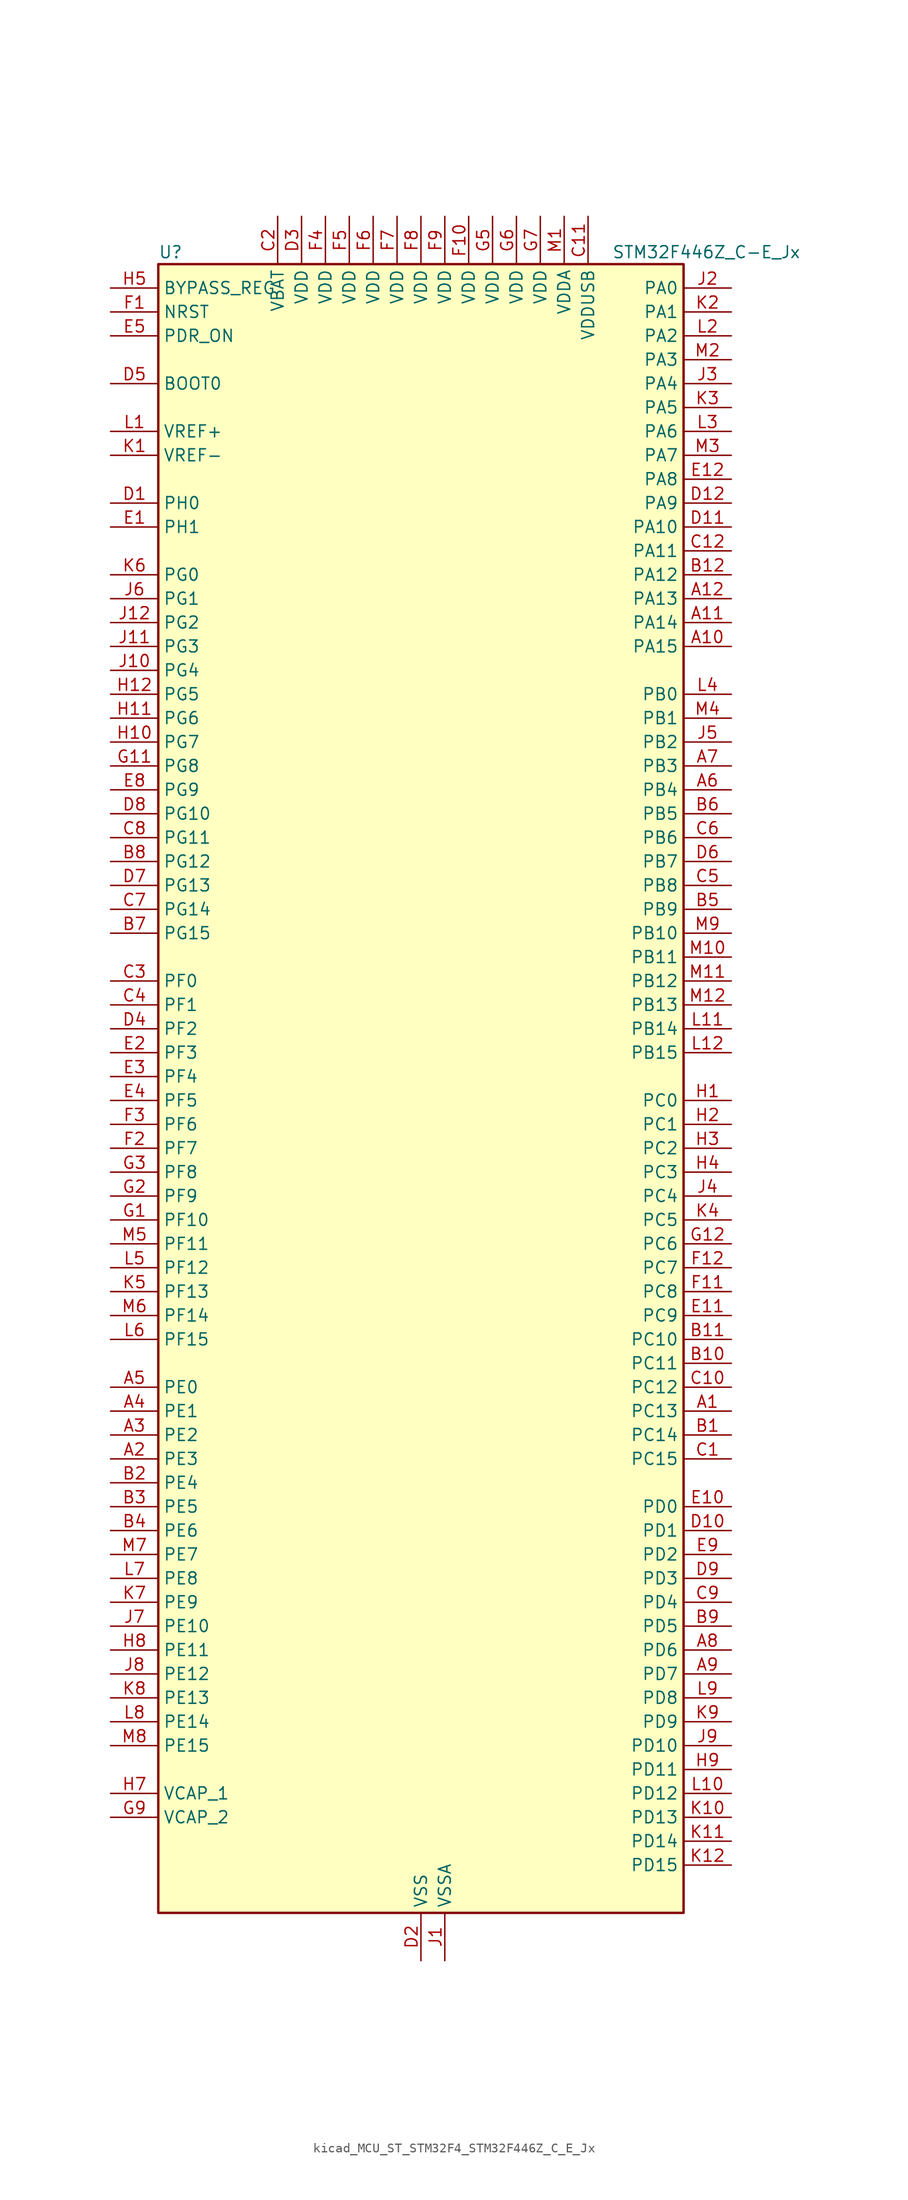
<source format=kicad_sym>
(kicad_symbol_lib
  (version 20220914)
  (generator kicad_symbol_editor)
  (symbol "kicad_MCU_ST_STM32F4_STM32F446Z_C_E_Jx"
    (property "Reference" "U"
      (at -27.94 90.17 0)
      (effects (font (size 1.27 1.27)) (justify left)))
    (property "Value" "STM32F446Z_C-E_Jx"
      (at 20.32 90.17 0)
      (effects (font (size 1.27 1.27)) (justify left)))
    (property "ki_locked" ""
      (at 0 0 0)
      (effects (font (size 1.27 1.27))))
    (symbol "kicad_MCU_ST_STM32F4_STM32F446Z_C_E_Jx_0_1"
      (rectangle (start -27.94 -86.36) (end 27.94 88.9) (stroke (width 0.254) (type default)) (fill (type background))))
    (symbol "kicad_MCU_ST_STM32F4_STM32F446Z_C_E_Jx_1_1"
      (pin bidirectional line (at 33.02 -33.02 180) (length 5.08) (name "PC13" (effects (font (size 1.27 1.27)))) (number "A1" (effects (font (size 1.27 1.27)))) (alternate "RTC_AF1" bidirectional line) (alternate "SYS_WKUP1" bidirectional line))
      (pin bidirectional line (at 33.02 48.26 180) (length 5.08) (name "PA15" (effects (font (size 1.27 1.27)))) (number "A10" (effects (font (size 1.27 1.27)))) (alternate "ADC1_EXTI15" bidirectional line) (alternate "ADC2_EXTI15" bidirectional line) (alternate "ADC3_EXTI15" bidirectional line) (alternate "CEC" bidirectional line) (alternate "I2S1_WS" bidirectional line) (alternate "I2S3_WS" bidirectional line) (alternate "SPI1_NSS" bidirectional line) (alternate "SPI3_NSS" bidirectional line) (alternate "SYS_JTDI" bidirectional line) (alternate "TIM2_CH1" bidirectional line) (alternate "TIM2_ETR" bidirectional line) (alternate "UART4_RTS" bidirectional line))
      (pin bidirectional line (at 33.02 50.8 180) (length 5.08) (name "PA14" (effects (font (size 1.27 1.27)))) (number "A11" (effects (font (size 1.27 1.27)))) (alternate "SYS_JTCK-SWCLK" bidirectional line))
      (pin bidirectional line (at 33.02 53.34 180) (length 5.08) (name "PA13" (effects (font (size 1.27 1.27)))) (number "A12" (effects (font (size 1.27 1.27)))) (alternate "SYS_JTMS-SWDIO" bidirectional line))
      (pin bidirectional line (at -33.02 -38.1 0) (length 5.08) (name "PE3" (effects (font (size 1.27 1.27)))) (number "A2" (effects (font (size 1.27 1.27)))) (alternate "FMC_A19" bidirectional line) (alternate "SAI1_SD_B" bidirectional line) (alternate "SYS_TRACED0" bidirectional line))
      (pin bidirectional line (at -33.02 -35.56 0) (length 5.08) (name "PE2" (effects (font (size 1.27 1.27)))) (number "A3" (effects (font (size 1.27 1.27)))) (alternate "FMC_A23" bidirectional line) (alternate "QUADSPI_BK1_IO2" bidirectional line) (alternate "SAI1_MCLK_A" bidirectional line) (alternate "SPI4_SCK" bidirectional line) (alternate "SYS_TRACECLK" bidirectional line))
      (pin bidirectional line (at -33.02 -33.02 0) (length 5.08) (name "PE1" (effects (font (size 1.27 1.27)))) (number "A4" (effects (font (size 1.27 1.27)))) (alternate "DCMI_D3" bidirectional line) (alternate "FMC_NBL1" bidirectional line))
      (pin bidirectional line (at -33.02 -30.48 0) (length 5.08) (name "PE0" (effects (font (size 1.27 1.27)))) (number "A5" (effects (font (size 1.27 1.27)))) (alternate "DCMI_D2" bidirectional line) (alternate "FMC_NBL0" bidirectional line) (alternate "SAI2_MCLK_A" bidirectional line) (alternate "TIM4_ETR" bidirectional line))
      (pin bidirectional line (at 33.02 33.02 180) (length 5.08) (name "PB4" (effects (font (size 1.27 1.27)))) (number "A6" (effects (font (size 1.27 1.27)))) (alternate "I2C3_SDA" bidirectional line) (alternate "I2S2_WS" bidirectional line) (alternate "SPI1_MISO" bidirectional line) (alternate "SPI2_NSS" bidirectional line) (alternate "SPI3_MISO" bidirectional line) (alternate "SYS_JTRST" bidirectional line) (alternate "TIM3_CH1" bidirectional line))
      (pin bidirectional line (at 33.02 35.56 180) (length 5.08) (name "PB3" (effects (font (size 1.27 1.27)))) (number "A7" (effects (font (size 1.27 1.27)))) (alternate "I2C2_SDA" bidirectional line) (alternate "I2S1_CK" bidirectional line) (alternate "I2S3_CK" bidirectional line) (alternate "SPI1_SCK" bidirectional line) (alternate "SPI3_SCK" bidirectional line) (alternate "SYS_JTDO-SWO" bidirectional line) (alternate "TIM2_CH2" bidirectional line))
      (pin bidirectional line (at 33.02 -58.42 180) (length 5.08) (name "PD6" (effects (font (size 1.27 1.27)))) (number "A8" (effects (font (size 1.27 1.27)))) (alternate "DCMI_D10" bidirectional line) (alternate "FMC_NWAIT" bidirectional line) (alternate "I2S3_SD" bidirectional line) (alternate "SAI1_SD_A" bidirectional line) (alternate "SPI3_MOSI" bidirectional line) (alternate "USART2_RX" bidirectional line))
      (pin bidirectional line (at 33.02 -60.96 180) (length 5.08) (name "PD7" (effects (font (size 1.27 1.27)))) (number "A9" (effects (font (size 1.27 1.27)))) (alternate "FMC_NE1" bidirectional line) (alternate "SPDIFRX_IN0" bidirectional line) (alternate "USART2_CK" bidirectional line))
      (pin bidirectional line (at 33.02 -35.56 180) (length 5.08) (name "PC14" (effects (font (size 1.27 1.27)))) (number "B1" (effects (font (size 1.27 1.27)))) (alternate "RCC_OSC32_IN" bidirectional line))
      (pin bidirectional line (at 33.02 -27.94 180) (length 5.08) (name "PC11" (effects (font (size 1.27 1.27)))) (number "B10" (effects (font (size 1.27 1.27)))) (alternate "ADC1_EXTI11" bidirectional line) (alternate "ADC2_EXTI11" bidirectional line) (alternate "ADC3_EXTI11" bidirectional line) (alternate "DCMI_D4" bidirectional line) (alternate "QUADSPI_BK2_NCS" bidirectional line) (alternate "SDIO_D3" bidirectional line) (alternate "SPI3_MISO" bidirectional line) (alternate "UART4_RX" bidirectional line) (alternate "USART3_RX" bidirectional line))
      (pin bidirectional line (at 33.02 -25.4 180) (length 5.08) (name "PC10" (effects (font (size 1.27 1.27)))) (number "B11" (effects (font (size 1.27 1.27)))) (alternate "DCMI_D8" bidirectional line) (alternate "I2S3_CK" bidirectional line) (alternate "QUADSPI_BK1_IO1" bidirectional line) (alternate "SDIO_D2" bidirectional line) (alternate "SPI3_SCK" bidirectional line) (alternate "UART4_TX" bidirectional line) (alternate "USART3_TX" bidirectional line))
      (pin bidirectional line (at 33.02 55.88 180) (length 5.08) (name "PA12" (effects (font (size 1.27 1.27)))) (number "B12" (effects (font (size 1.27 1.27)))) (alternate "CAN1_TX" bidirectional line) (alternate "SAI2_FS_B" bidirectional line) (alternate "TIM1_ETR" bidirectional line) (alternate "USART1_RTS" bidirectional line) (alternate "USB_OTG_FS_DP" bidirectional line))
      (pin bidirectional line (at -33.02 -40.64 0) (length 5.08) (name "PE4" (effects (font (size 1.27 1.27)))) (number "B2" (effects (font (size 1.27 1.27)))) (alternate "DCMI_D4" bidirectional line) (alternate "FMC_A20" bidirectional line) (alternate "SAI1_FS_A" bidirectional line) (alternate "SPI4_NSS" bidirectional line) (alternate "SYS_TRACED1" bidirectional line))
      (pin bidirectional line (at -33.02 -43.18 0) (length 5.08) (name "PE5" (effects (font (size 1.27 1.27)))) (number "B3" (effects (font (size 1.27 1.27)))) (alternate "DCMI_D6" bidirectional line) (alternate "FMC_A21" bidirectional line) (alternate "SAI1_SCK_A" bidirectional line) (alternate "SPI4_MISO" bidirectional line) (alternate "SYS_TRACED2" bidirectional line) (alternate "TIM9_CH1" bidirectional line))
      (pin bidirectional line (at -33.02 -45.72 0) (length 5.08) (name "PE6" (effects (font (size 1.27 1.27)))) (number "B4" (effects (font (size 1.27 1.27)))) (alternate "DCMI_D7" bidirectional line) (alternate "FMC_A22" bidirectional line) (alternate "SAI1_SD_A" bidirectional line) (alternate "SPI4_MOSI" bidirectional line) (alternate "SYS_TRACED3" bidirectional line) (alternate "TIM9_CH2" bidirectional line))
      (pin bidirectional line (at 33.02 20.32 180) (length 5.08) (name "PB9" (effects (font (size 1.27 1.27)))) (number "B5" (effects (font (size 1.27 1.27)))) (alternate "CAN1_TX" bidirectional line) (alternate "DAC_EXTI9" bidirectional line) (alternate "DCMI_D7" bidirectional line) (alternate "I2C1_SDA" bidirectional line) (alternate "I2S2_WS" bidirectional line) (alternate "SAI1_FS_B" bidirectional line) (alternate "SDIO_D5" bidirectional line) (alternate "SPI2_NSS" bidirectional line) (alternate "TIM11_CH1" bidirectional line) (alternate "TIM2_CH2" bidirectional line) (alternate "TIM4_CH4" bidirectional line))
      (pin bidirectional line (at 33.02 30.48 180) (length 5.08) (name "PB5" (effects (font (size 1.27 1.27)))) (number "B6" (effects (font (size 1.27 1.27)))) (alternate "CAN2_RX" bidirectional line) (alternate "DCMI_D10" bidirectional line) (alternate "FMC_SDCKE1" bidirectional line) (alternate "I2C1_SMBA" bidirectional line) (alternate "I2S1_SD" bidirectional line) (alternate "I2S3_SD" bidirectional line) (alternate "SPI1_MOSI" bidirectional line) (alternate "SPI3_MOSI" bidirectional line) (alternate "TIM3_CH2" bidirectional line) (alternate "USB_OTG_HS_ULPI_D7" bidirectional line))
      (pin bidirectional line (at -33.02 17.78 0) (length 5.08) (name "PG15" (effects (font (size 1.27 1.27)))) (number "B7" (effects (font (size 1.27 1.27)))) (alternate "ADC1_EXTI15" bidirectional line) (alternate "ADC2_EXTI15" bidirectional line) (alternate "ADC3_EXTI15" bidirectional line) (alternate "DCMI_D13" bidirectional line) (alternate "FMC_SDNCAS" bidirectional line) (alternate "USART6_CTS" bidirectional line))
      (pin bidirectional line (at -33.02 25.4 0) (length 5.08) (name "PG12" (effects (font (size 1.27 1.27)))) (number "B8" (effects (font (size 1.27 1.27)))) (alternate "FMC_NE4" bidirectional line) (alternate "SPDIFRX_IN1" bidirectional line) (alternate "SPI4_MISO" bidirectional line) (alternate "USART6_RTS" bidirectional line))
      (pin bidirectional line (at 33.02 -55.88 180) (length 5.08) (name "PD5" (effects (font (size 1.27 1.27)))) (number "B9" (effects (font (size 1.27 1.27)))) (alternate "FMC_NWE" bidirectional line) (alternate "USART2_TX" bidirectional line))
      (pin bidirectional line (at 33.02 -38.1 180) (length 5.08) (name "PC15" (effects (font (size 1.27 1.27)))) (number "C1" (effects (font (size 1.27 1.27)))) (alternate "ADC1_EXTI15" bidirectional line) (alternate "ADC2_EXTI15" bidirectional line) (alternate "ADC3_EXTI15" bidirectional line) (alternate "RCC_OSC32_OUT" bidirectional line))
      (pin bidirectional line (at 33.02 -30.48 180) (length 5.08) (name "PC12" (effects (font (size 1.27 1.27)))) (number "C10" (effects (font (size 1.27 1.27)))) (alternate "DCMI_D9" bidirectional line) (alternate "I2C2_SDA" bidirectional line) (alternate "I2S3_SD" bidirectional line) (alternate "SDIO_CK" bidirectional line) (alternate "SPI3_MOSI" bidirectional line) (alternate "UART5_TX" bidirectional line) (alternate "USART3_CK" bidirectional line))
      (pin power_in line (at 17.78 93.98 270) (length 5.08) (name "VDDUSB" (effects (font (size 1.27 1.27)))) (number "C11" (effects (font (size 1.27 1.27)))))
      (pin bidirectional line (at 33.02 58.42 180) (length 5.08) (name "PA11" (effects (font (size 1.27 1.27)))) (number "C12" (effects (font (size 1.27 1.27)))) (alternate "ADC1_EXTI11" bidirectional line) (alternate "ADC2_EXTI11" bidirectional line) (alternate "ADC3_EXTI11" bidirectional line) (alternate "CAN1_RX" bidirectional line) (alternate "TIM1_CH4" bidirectional line) (alternate "USART1_CTS" bidirectional line) (alternate "USB_OTG_FS_DM" bidirectional line))
      (pin power_in line (at -15.24 93.98 270) (length 5.08) (name "VBAT" (effects (font (size 1.27 1.27)))) (number "C2" (effects (font (size 1.27 1.27)))))
      (pin bidirectional line (at -33.02 12.7 0) (length 5.08) (name "PF0" (effects (font (size 1.27 1.27)))) (number "C3" (effects (font (size 1.27 1.27)))) (alternate "FMC_A0" bidirectional line) (alternate "I2C2_SDA" bidirectional line))
      (pin bidirectional line (at -33.02 10.16 0) (length 5.08) (name "PF1" (effects (font (size 1.27 1.27)))) (number "C4" (effects (font (size 1.27 1.27)))) (alternate "FMC_A1" bidirectional line) (alternate "I2C2_SCL" bidirectional line))
      (pin bidirectional line (at 33.02 22.86 180) (length 5.08) (name "PB8" (effects (font (size 1.27 1.27)))) (number "C5" (effects (font (size 1.27 1.27)))) (alternate "CAN1_RX" bidirectional line) (alternate "DCMI_D6" bidirectional line) (alternate "I2C1_SCL" bidirectional line) (alternate "SDIO_D4" bidirectional line) (alternate "TIM10_CH1" bidirectional line) (alternate "TIM2_CH1" bidirectional line) (alternate "TIM2_ETR" bidirectional line) (alternate "TIM4_CH3" bidirectional line))
      (pin bidirectional line (at 33.02 27.94 180) (length 5.08) (name "PB6" (effects (font (size 1.27 1.27)))) (number "C6" (effects (font (size 1.27 1.27)))) (alternate "CAN2_TX" bidirectional line) (alternate "CEC" bidirectional line) (alternate "DCMI_D5" bidirectional line) (alternate "FMC_SDNE1" bidirectional line) (alternate "I2C1_SCL" bidirectional line) (alternate "QUADSPI_BK1_NCS" bidirectional line) (alternate "TIM4_CH1" bidirectional line) (alternate "USART1_TX" bidirectional line))
      (pin bidirectional line (at -33.02 20.32 0) (length 5.08) (name "PG14" (effects (font (size 1.27 1.27)))) (number "C7" (effects (font (size 1.27 1.27)))) (alternate "FMC_A25" bidirectional line) (alternate "QUADSPI_BK2_IO3" bidirectional line) (alternate "SPI4_NSS" bidirectional line) (alternate "SYS_TRACED3" bidirectional line) (alternate "USART6_TX" bidirectional line))
      (pin bidirectional line (at -33.02 27.94 0) (length 5.08) (name "PG11" (effects (font (size 1.27 1.27)))) (number "C8" (effects (font (size 1.27 1.27)))) (alternate "ADC1_EXTI11" bidirectional line) (alternate "ADC2_EXTI11" bidirectional line) (alternate "ADC3_EXTI11" bidirectional line) (alternate "DCMI_D3" bidirectional line) (alternate "SPDIFRX_IN0" bidirectional line) (alternate "SPI4_SCK" bidirectional line))
      (pin bidirectional line (at 33.02 -53.34 180) (length 5.08) (name "PD4" (effects (font (size 1.27 1.27)))) (number "C9" (effects (font (size 1.27 1.27)))) (alternate "FMC_NOE" bidirectional line) (alternate "USART2_RTS" bidirectional line))
      (pin bidirectional line (at -33.02 63.5 0) (length 5.08) (name "PH0" (effects (font (size 1.27 1.27)))) (number "D1" (effects (font (size 1.27 1.27)))) (alternate "RCC_OSC_IN" bidirectional line))
      (pin bidirectional line (at 33.02 -45.72 180) (length 5.08) (name "PD1" (effects (font (size 1.27 1.27)))) (number "D10" (effects (font (size 1.27 1.27)))) (alternate "CAN1_TX" bidirectional line) (alternate "FMC_D3" bidirectional line) (alternate "FMC_DA3" bidirectional line) (alternate "I2S2_WS" bidirectional line) (alternate "SPI2_NSS" bidirectional line))
      (pin bidirectional line (at 33.02 60.96 180) (length 5.08) (name "PA10" (effects (font (size 1.27 1.27)))) (number "D11" (effects (font (size 1.27 1.27)))) (alternate "DCMI_D1" bidirectional line) (alternate "TIM1_CH3" bidirectional line) (alternate "USART1_RX" bidirectional line) (alternate "USB_OTG_FS_ID" bidirectional line))
      (pin bidirectional line (at 33.02 63.5 180) (length 5.08) (name "PA9" (effects (font (size 1.27 1.27)))) (number "D12" (effects (font (size 1.27 1.27)))) (alternate "DAC_EXTI9" bidirectional line) (alternate "DCMI_D0" bidirectional line) (alternate "I2C3_SMBA" bidirectional line) (alternate "I2S2_CK" bidirectional line) (alternate "SAI1_SD_B" bidirectional line) (alternate "SPI2_SCK" bidirectional line) (alternate "TIM1_CH2" bidirectional line) (alternate "USART1_TX" bidirectional line) (alternate "USB_OTG_FS_VBUS" bidirectional line))
      (pin power_in line (at 0 -91.44 90) (length 5.08) (name "VSS" (effects (font (size 1.27 1.27)))) (number "D2" (effects (font (size 1.27 1.27)))))
      (pin power_in line (at -12.7 93.98 270) (length 5.08) (name "VDD" (effects (font (size 1.27 1.27)))) (number "D3" (effects (font (size 1.27 1.27)))))
      (pin bidirectional line (at -33.02 7.62 0) (length 5.08) (name "PF2" (effects (font (size 1.27 1.27)))) (number "D4" (effects (font (size 1.27 1.27)))) (alternate "FMC_A2" bidirectional line) (alternate "I2C2_SMBA" bidirectional line))
      (pin input line (at -33.02 76.2 0) (length 5.08) (name "BOOT0" (effects (font (size 1.27 1.27)))) (number "D5" (effects (font (size 1.27 1.27)))))
      (pin bidirectional line (at 33.02 25.4 180) (length 5.08) (name "PB7" (effects (font (size 1.27 1.27)))) (number "D6" (effects (font (size 1.27 1.27)))) (alternate "DCMI_VSYNC" bidirectional line) (alternate "FMC_NL" bidirectional line) (alternate "I2C1_SDA" bidirectional line) (alternate "SPDIFRX_IN0" bidirectional line) (alternate "TIM4_CH2" bidirectional line) (alternate "USART1_RX" bidirectional line))
      (pin bidirectional line (at -33.02 22.86 0) (length 5.08) (name "PG13" (effects (font (size 1.27 1.27)))) (number "D7" (effects (font (size 1.27 1.27)))) (alternate "FMC_A24" bidirectional line) (alternate "SPI4_MOSI" bidirectional line) (alternate "SYS_TRACED2" bidirectional line) (alternate "USART6_CTS" bidirectional line))
      (pin bidirectional line (at -33.02 30.48 0) (length 5.08) (name "PG10" (effects (font (size 1.27 1.27)))) (number "D8" (effects (font (size 1.27 1.27)))) (alternate "DCMI_D2" bidirectional line) (alternate "FMC_NE3" bidirectional line) (alternate "SAI2_SD_B" bidirectional line))
      (pin bidirectional line (at 33.02 -50.8 180) (length 5.08) (name "PD3" (effects (font (size 1.27 1.27)))) (number "D9" (effects (font (size 1.27 1.27)))) (alternate "DCMI_D5" bidirectional line) (alternate "FMC_CLK" bidirectional line) (alternate "I2S2_CK" bidirectional line) (alternate "QUADSPI_CLK" bidirectional line) (alternate "SPI2_SCK" bidirectional line) (alternate "SYS_TRACED1" bidirectional line) (alternate "USART2_CTS" bidirectional line))
      (pin bidirectional line (at -33.02 60.96 0) (length 5.08) (name "PH1" (effects (font (size 1.27 1.27)))) (number "E1" (effects (font (size 1.27 1.27)))) (alternate "RCC_OSC_OUT" bidirectional line))
      (pin bidirectional line (at 33.02 -43.18 180) (length 5.08) (name "PD0" (effects (font (size 1.27 1.27)))) (number "E10" (effects (font (size 1.27 1.27)))) (alternate "CAN1_RX" bidirectional line) (alternate "FMC_D2" bidirectional line) (alternate "FMC_DA2" bidirectional line) (alternate "I2S3_SD" bidirectional line) (alternate "SPI3_MOSI" bidirectional line) (alternate "SPI4_MISO" bidirectional line))
      (pin bidirectional line (at 33.02 -22.86 180) (length 5.08) (name "PC9" (effects (font (size 1.27 1.27)))) (number "E11" (effects (font (size 1.27 1.27)))) (alternate "DAC_EXTI9" bidirectional line) (alternate "DCMI_D3" bidirectional line) (alternate "I2C3_SDA" bidirectional line) (alternate "I2S_CKIN" bidirectional line) (alternate "QUADSPI_BK1_IO0" bidirectional line) (alternate "RCC_MCO_2" bidirectional line) (alternate "SDIO_D1" bidirectional line) (alternate "TIM3_CH4" bidirectional line) (alternate "TIM8_CH4" bidirectional line) (alternate "UART5_CTS" bidirectional line))
      (pin bidirectional line (at 33.02 66.04 180) (length 5.08) (name "PA8" (effects (font (size 1.27 1.27)))) (number "E12" (effects (font (size 1.27 1.27)))) (alternate "I2C3_SCL" bidirectional line) (alternate "RCC_MCO_1" bidirectional line) (alternate "TIM1_CH1" bidirectional line) (alternate "USART1_CK" bidirectional line) (alternate "USB_OTG_FS_SOF" bidirectional line))
      (pin bidirectional line (at -33.02 5.08 0) (length 5.08) (name "PF3" (effects (font (size 1.27 1.27)))) (number "E2" (effects (font (size 1.27 1.27)))) (alternate "ADC3_IN9" bidirectional line) (alternate "FMC_A3" bidirectional line))
      (pin bidirectional line (at -33.02 2.54 0) (length 5.08) (name "PF4" (effects (font (size 1.27 1.27)))) (number "E3" (effects (font (size 1.27 1.27)))) (alternate "ADC3_IN14" bidirectional line) (alternate "FMC_A4" bidirectional line))
      (pin bidirectional line (at -33.02 0 0) (length 5.08) (name "PF5" (effects (font (size 1.27 1.27)))) (number "E4" (effects (font (size 1.27 1.27)))) (alternate "ADC3_IN15" bidirectional line) (alternate "FMC_A5" bidirectional line))
      (pin input line (at -33.02 81.28 0) (length 5.08) (name "PDR_ON" (effects (font (size 1.27 1.27)))) (number "E5" (effects (font (size 1.27 1.27)))))
      (pin passive line (at 0 -91.44 90) (length 5.08) hide (name "VSS" (effects (font (size 1.27 1.27)))) (number "E6" (effects (font (size 1.27 1.27)))))
      (pin passive line (at 0 -91.44 90) (length 5.08) hide (name "VSS" (effects (font (size 1.27 1.27)))) (number "E7" (effects (font (size 1.27 1.27)))))
      (pin bidirectional line (at -33.02 33.02 0) (length 5.08) (name "PG9" (effects (font (size 1.27 1.27)))) (number "E8" (effects (font (size 1.27 1.27)))) (alternate "DAC_EXTI9" bidirectional line) (alternate "DCMI_VSYNC" bidirectional line) (alternate "FMC_NCE3" bidirectional line) (alternate "FMC_NE2" bidirectional line) (alternate "QUADSPI_BK2_IO2" bidirectional line) (alternate "SAI2_FS_B" bidirectional line) (alternate "SPDIFRX_IN3" bidirectional line) (alternate "USART6_RX" bidirectional line))
      (pin bidirectional line (at 33.02 -48.26 180) (length 5.08) (name "PD2" (effects (font (size 1.27 1.27)))) (number "E9" (effects (font (size 1.27 1.27)))) (alternate "DCMI_D11" bidirectional line) (alternate "SDIO_CMD" bidirectional line) (alternate "TIM3_ETR" bidirectional line) (alternate "UART5_RX" bidirectional line))
      (pin input line (at -33.02 83.82 0) (length 5.08) (name "NRST" (effects (font (size 1.27 1.27)))) (number "F1" (effects (font (size 1.27 1.27)))))
      (pin power_in line (at 5.08 93.98 270) (length 5.08) (name "VDD" (effects (font (size 1.27 1.27)))) (number "F10" (effects (font (size 1.27 1.27)))))
      (pin bidirectional line (at 33.02 -20.32 180) (length 5.08) (name "PC8" (effects (font (size 1.27 1.27)))) (number "F11" (effects (font (size 1.27 1.27)))) (alternate "DCMI_D2" bidirectional line) (alternate "SDIO_D0" bidirectional line) (alternate "SYS_TRACED0" bidirectional line) (alternate "TIM3_CH3" bidirectional line) (alternate "TIM8_CH3" bidirectional line) (alternate "UART5_RTS" bidirectional line) (alternate "USART6_CK" bidirectional line))
      (pin bidirectional line (at 33.02 -17.78 180) (length 5.08) (name "PC7" (effects (font (size 1.27 1.27)))) (number "F12" (effects (font (size 1.27 1.27)))) (alternate "DCMI_D1" bidirectional line) (alternate "FMPI2C1_SDA" bidirectional line) (alternate "I2S2_CK" bidirectional line) (alternate "I2S3_MCK" bidirectional line) (alternate "SDIO_D7" bidirectional line) (alternate "SPDIFRX_IN1" bidirectional line) (alternate "SPI2_SCK" bidirectional line) (alternate "TIM3_CH2" bidirectional line) (alternate "TIM8_CH2" bidirectional line) (alternate "USART6_RX" bidirectional line))
      (pin bidirectional line (at -33.02 -5.08 0) (length 5.08) (name "PF7" (effects (font (size 1.27 1.27)))) (number "F2" (effects (font (size 1.27 1.27)))) (alternate "ADC3_IN5" bidirectional line) (alternate "QUADSPI_BK1_IO2" bidirectional line) (alternate "SAI1_MCLK_B" bidirectional line) (alternate "TIM11_CH1" bidirectional line))
      (pin bidirectional line (at -33.02 -2.54 0) (length 5.08) (name "PF6" (effects (font (size 1.27 1.27)))) (number "F3" (effects (font (size 1.27 1.27)))) (alternate "ADC3_IN4" bidirectional line) (alternate "QUADSPI_BK1_IO3" bidirectional line) (alternate "SAI1_SD_B" bidirectional line) (alternate "TIM10_CH1" bidirectional line))
      (pin power_in line (at -10.16 93.98 270) (length 5.08) (name "VDD" (effects (font (size 1.27 1.27)))) (number "F4" (effects (font (size 1.27 1.27)))))
      (pin power_in line (at -7.62 93.98 270) (length 5.08) (name "VDD" (effects (font (size 1.27 1.27)))) (number "F5" (effects (font (size 1.27 1.27)))))
      (pin power_in line (at -5.08 93.98 270) (length 5.08) (name "VDD" (effects (font (size 1.27 1.27)))) (number "F6" (effects (font (size 1.27 1.27)))))
      (pin power_in line (at -2.54 93.98 270) (length 5.08) (name "VDD" (effects (font (size 1.27 1.27)))) (number "F7" (effects (font (size 1.27 1.27)))))
      (pin power_in line (at 0 93.98 270) (length 5.08) (name "VDD" (effects (font (size 1.27 1.27)))) (number "F8" (effects (font (size 1.27 1.27)))))
      (pin power_in line (at 2.54 93.98 270) (length 5.08) (name "VDD" (effects (font (size 1.27 1.27)))) (number "F9" (effects (font (size 1.27 1.27)))))
      (pin bidirectional line (at -33.02 -12.7 0) (length 5.08) (name "PF10" (effects (font (size 1.27 1.27)))) (number "G1" (effects (font (size 1.27 1.27)))) (alternate "ADC3_IN8" bidirectional line) (alternate "DCMI_D11" bidirectional line))
      (pin passive line (at 0 -91.44 90) (length 5.08) hide (name "VSS" (effects (font (size 1.27 1.27)))) (number "G10" (effects (font (size 1.27 1.27)))))
      (pin bidirectional line (at -33.02 35.56 0) (length 5.08) (name "PG8" (effects (font (size 1.27 1.27)))) (number "G11" (effects (font (size 1.27 1.27)))) (alternate "FMC_SDCLK" bidirectional line) (alternate "SPDIFRX_IN2" bidirectional line) (alternate "USART6_RTS" bidirectional line))
      (pin bidirectional line (at 33.02 -15.24 180) (length 5.08) (name "PC6" (effects (font (size 1.27 1.27)))) (number "G12" (effects (font (size 1.27 1.27)))) (alternate "DCMI_D0" bidirectional line) (alternate "FMPI2C1_SCL" bidirectional line) (alternate "I2S2_MCK" bidirectional line) (alternate "SDIO_D6" bidirectional line) (alternate "TIM3_CH1" bidirectional line) (alternate "TIM8_CH1" bidirectional line) (alternate "USART6_TX" bidirectional line))
      (pin bidirectional line (at -33.02 -10.16 0) (length 5.08) (name "PF9" (effects (font (size 1.27 1.27)))) (number "G2" (effects (font (size 1.27 1.27)))) (alternate "ADC3_IN7" bidirectional line) (alternate "DAC_EXTI9" bidirectional line) (alternate "QUADSPI_BK1_IO1" bidirectional line) (alternate "SAI1_FS_B" bidirectional line) (alternate "TIM14_CH1" bidirectional line))
      (pin bidirectional line (at -33.02 -7.62 0) (length 5.08) (name "PF8" (effects (font (size 1.27 1.27)))) (number "G3" (effects (font (size 1.27 1.27)))) (alternate "ADC3_IN6" bidirectional line) (alternate "QUADSPI_BK1_IO0" bidirectional line) (alternate "SAI1_SCK_B" bidirectional line) (alternate "TIM13_CH1" bidirectional line))
      (pin passive line (at 0 -91.44 90) (length 5.08) hide (name "VSS" (effects (font (size 1.27 1.27)))) (number "G4" (effects (font (size 1.27 1.27)))))
      (pin power_in line (at 7.62 93.98 270) (length 5.08) (name "VDD" (effects (font (size 1.27 1.27)))) (number "G5" (effects (font (size 1.27 1.27)))))
      (pin power_in line (at 10.16 93.98 270) (length 5.08) (name "VDD" (effects (font (size 1.27 1.27)))) (number "G6" (effects (font (size 1.27 1.27)))))
      (pin power_in line (at 12.7 93.98 270) (length 5.08) (name "VDD" (effects (font (size 1.27 1.27)))) (number "G7" (effects (font (size 1.27 1.27)))))
      (pin passive line (at 0 -91.44 90) (length 5.08) hide (name "VSS" (effects (font (size 1.27 1.27)))) (number "G8" (effects (font (size 1.27 1.27)))))
      (pin power_out line (at -33.02 -76.2 0) (length 5.08) (name "VCAP_2" (effects (font (size 1.27 1.27)))) (number "G9" (effects (font (size 1.27 1.27)))))
      (pin bidirectional line (at 33.02 0 180) (length 5.08) (name "PC0" (effects (font (size 1.27 1.27)))) (number "H1" (effects (font (size 1.27 1.27)))) (alternate "ADC1_IN10" bidirectional line) (alternate "ADC2_IN10" bidirectional line) (alternate "ADC3_IN10" bidirectional line) (alternate "FMC_SDNWE" bidirectional line) (alternate "SAI1_MCLK_B" bidirectional line) (alternate "USB_OTG_HS_ULPI_STP" bidirectional line))
      (pin bidirectional line (at -33.02 38.1 0) (length 5.08) (name "PG7" (effects (font (size 1.27 1.27)))) (number "H10" (effects (font (size 1.27 1.27)))) (alternate "DCMI_D13" bidirectional line) (alternate "FMC_INT3" bidirectional line) (alternate "USART6_CK" bidirectional line))
      (pin bidirectional line (at -33.02 40.64 0) (length 5.08) (name "PG6" (effects (font (size 1.27 1.27)))) (number "H11" (effects (font (size 1.27 1.27)))) (alternate "DCMI_D12" bidirectional line) (alternate "QUADSPI_BK1_NCS" bidirectional line))
      (pin bidirectional line (at -33.02 43.18 0) (length 5.08) (name "PG5" (effects (font (size 1.27 1.27)))) (number "H12" (effects (font (size 1.27 1.27)))) (alternate "FMC_A15" bidirectional line) (alternate "FMC_BA1" bidirectional line))
      (pin bidirectional line (at 33.02 -2.54 180) (length 5.08) (name "PC1" (effects (font (size 1.27 1.27)))) (number "H2" (effects (font (size 1.27 1.27)))) (alternate "ADC1_IN11" bidirectional line) (alternate "ADC2_IN11" bidirectional line) (alternate "ADC3_IN11" bidirectional line) (alternate "I2S2_SD" bidirectional line) (alternate "I2S3_SD" bidirectional line) (alternate "SAI1_SD_A" bidirectional line) (alternate "SPI2_MOSI" bidirectional line) (alternate "SPI3_MOSI" bidirectional line))
      (pin bidirectional line (at 33.02 -5.08 180) (length 5.08) (name "PC2" (effects (font (size 1.27 1.27)))) (number "H3" (effects (font (size 1.27 1.27)))) (alternate "ADC1_IN12" bidirectional line) (alternate "ADC2_IN12" bidirectional line) (alternate "ADC3_IN12" bidirectional line) (alternate "FMC_SDNE0" bidirectional line) (alternate "SPI2_MISO" bidirectional line) (alternate "USB_OTG_HS_ULPI_DIR" bidirectional line))
      (pin bidirectional line (at 33.02 -7.62 180) (length 5.08) (name "PC3" (effects (font (size 1.27 1.27)))) (number "H4" (effects (font (size 1.27 1.27)))) (alternate "ADC1_IN13" bidirectional line) (alternate "ADC2_IN13" bidirectional line) (alternate "ADC3_IN13" bidirectional line) (alternate "FMC_SDCKE0" bidirectional line) (alternate "I2S2_SD" bidirectional line) (alternate "SPI2_MOSI" bidirectional line) (alternate "USB_OTG_HS_ULPI_NXT" bidirectional line))
      (pin input line (at -33.02 86.36 0) (length 5.08) (name "BYPASS_REG" (effects (font (size 1.27 1.27)))) (number "H5" (effects (font (size 1.27 1.27)))))
      (pin passive line (at 0 -91.44 90) (length 5.08) hide (name "VSS" (effects (font (size 1.27 1.27)))) (number "H6" (effects (font (size 1.27 1.27)))))
      (pin power_out line (at -33.02 -73.66 0) (length 5.08) (name "VCAP_1" (effects (font (size 1.27 1.27)))) (number "H7" (effects (font (size 1.27 1.27)))))
      (pin bidirectional line (at -33.02 -58.42 0) (length 5.08) (name "PE11" (effects (font (size 1.27 1.27)))) (number "H8" (effects (font (size 1.27 1.27)))) (alternate "ADC1_EXTI11" bidirectional line) (alternate "ADC2_EXTI11" bidirectional line) (alternate "ADC3_EXTI11" bidirectional line) (alternate "FMC_D8" bidirectional line) (alternate "FMC_DA8" bidirectional line) (alternate "SAI2_SD_B" bidirectional line) (alternate "SPI4_NSS" bidirectional line) (alternate "TIM1_CH2" bidirectional line))
      (pin bidirectional line (at 33.02 -71.12 180) (length 5.08) (name "PD11" (effects (font (size 1.27 1.27)))) (number "H9" (effects (font (size 1.27 1.27)))) (alternate "ADC1_EXTI11" bidirectional line) (alternate "ADC2_EXTI11" bidirectional line) (alternate "ADC3_EXTI11" bidirectional line) (alternate "FMC_A16" bidirectional line) (alternate "FMC_CLE" bidirectional line) (alternate "FMPI2C1_SMBA" bidirectional line) (alternate "QUADSPI_BK1_IO0" bidirectional line) (alternate "SAI2_SD_A" bidirectional line) (alternate "USART3_CTS" bidirectional line))
      (pin power_in line (at 2.54 -91.44 90) (length 5.08) (name "VSSA" (effects (font (size 1.27 1.27)))) (number "J1" (effects (font (size 1.27 1.27)))))
      (pin bidirectional line (at -33.02 45.72 0) (length 5.08) (name "PG4" (effects (font (size 1.27 1.27)))) (number "J10" (effects (font (size 1.27 1.27)))) (alternate "FMC_A14" bidirectional line) (alternate "FMC_BA0" bidirectional line))
      (pin bidirectional line (at -33.02 48.26 0) (length 5.08) (name "PG3" (effects (font (size 1.27 1.27)))) (number "J11" (effects (font (size 1.27 1.27)))) (alternate "FMC_A13" bidirectional line))
      (pin bidirectional line (at -33.02 50.8 0) (length 5.08) (name "PG2" (effects (font (size 1.27 1.27)))) (number "J12" (effects (font (size 1.27 1.27)))) (alternate "FMC_A12" bidirectional line))
      (pin bidirectional line (at 33.02 86.36 180) (length 5.08) (name "PA0" (effects (font (size 1.27 1.27)))) (number "J2" (effects (font (size 1.27 1.27)))) (alternate "ADC1_IN0" bidirectional line) (alternate "ADC2_IN0" bidirectional line) (alternate "ADC3_IN0" bidirectional line) (alternate "RTC_AF2" bidirectional line) (alternate "SYS_WKUP0" bidirectional line) (alternate "TIM2_CH1" bidirectional line) (alternate "TIM2_ETR" bidirectional line) (alternate "TIM5_CH1" bidirectional line) (alternate "TIM8_ETR" bidirectional line) (alternate "UART4_TX" bidirectional line) (alternate "USART2_CTS" bidirectional line))
      (pin bidirectional line (at 33.02 76.2 180) (length 5.08) (name "PA4" (effects (font (size 1.27 1.27)))) (number "J3" (effects (font (size 1.27 1.27)))) (alternate "ADC1_IN4" bidirectional line) (alternate "ADC2_IN4" bidirectional line) (alternate "DAC_OUT1" bidirectional line) (alternate "DCMI_HSYNC" bidirectional line) (alternate "I2S1_WS" bidirectional line) (alternate "I2S3_WS" bidirectional line) (alternate "SPI1_NSS" bidirectional line) (alternate "SPI3_NSS" bidirectional line) (alternate "USART2_CK" bidirectional line) (alternate "USB_OTG_HS_SOF" bidirectional line))
      (pin bidirectional line (at 33.02 -10.16 180) (length 5.08) (name "PC4" (effects (font (size 1.27 1.27)))) (number "J4" (effects (font (size 1.27 1.27)))) (alternate "ADC1_IN14" bidirectional line) (alternate "ADC2_IN14" bidirectional line) (alternate "FMC_SDNE0" bidirectional line) (alternate "I2S1_MCK" bidirectional line) (alternate "SPDIFRX_IN2" bidirectional line))
      (pin bidirectional line (at 33.02 38.1 180) (length 5.08) (name "PB2" (effects (font (size 1.27 1.27)))) (number "J5" (effects (font (size 1.27 1.27)))) (alternate "I2S3_SD" bidirectional line) (alternate "QUADSPI_CLK" bidirectional line) (alternate "SAI1_SD_A" bidirectional line) (alternate "SDIO_CK" bidirectional line) (alternate "SPI3_MOSI" bidirectional line) (alternate "TIM2_CH4" bidirectional line) (alternate "USB_OTG_HS_ULPI_D4" bidirectional line))
      (pin bidirectional line (at -33.02 53.34 0) (length 5.08) (name "PG1" (effects (font (size 1.27 1.27)))) (number "J6" (effects (font (size 1.27 1.27)))) (alternate "FMC_A11" bidirectional line))
      (pin bidirectional line (at -33.02 -55.88 0) (length 5.08) (name "PE10" (effects (font (size 1.27 1.27)))) (number "J7" (effects (font (size 1.27 1.27)))) (alternate "FMC_D7" bidirectional line) (alternate "FMC_DA7" bidirectional line) (alternate "QUADSPI_BK2_IO3" bidirectional line) (alternate "TIM1_CH2N" bidirectional line))
      (pin bidirectional line (at -33.02 -60.96 0) (length 5.08) (name "PE12" (effects (font (size 1.27 1.27)))) (number "J8" (effects (font (size 1.27 1.27)))) (alternate "FMC_D9" bidirectional line) (alternate "FMC_DA9" bidirectional line) (alternate "SAI2_SCK_B" bidirectional line) (alternate "SPI4_SCK" bidirectional line) (alternate "TIM1_CH3N" bidirectional line))
      (pin bidirectional line (at 33.02 -68.58 180) (length 5.08) (name "PD10" (effects (font (size 1.27 1.27)))) (number "J9" (effects (font (size 1.27 1.27)))) (alternate "FMC_D15" bidirectional line) (alternate "FMC_DA15" bidirectional line) (alternate "USART3_CK" bidirectional line))
      (pin input line (at -33.02 68.58 0) (length 5.08) (name "VREF-" (effects (font (size 1.27 1.27)))) (number "K1" (effects (font (size 1.27 1.27)))))
      (pin bidirectional line (at 33.02 -76.2 180) (length 5.08) (name "PD13" (effects (font (size 1.27 1.27)))) (number "K10" (effects (font (size 1.27 1.27)))) (alternate "FMC_A18" bidirectional line) (alternate "FMPI2C1_SDA" bidirectional line) (alternate "QUADSPI_BK1_IO3" bidirectional line) (alternate "SAI2_SCK_A" bidirectional line) (alternate "TIM4_CH2" bidirectional line))
      (pin bidirectional line (at 33.02 -78.74 180) (length 5.08) (name "PD14" (effects (font (size 1.27 1.27)))) (number "K11" (effects (font (size 1.27 1.27)))) (alternate "FMC_D0" bidirectional line) (alternate "FMC_DA0" bidirectional line) (alternate "FMPI2C1_SCL" bidirectional line) (alternate "SAI2_SCK_A" bidirectional line) (alternate "TIM4_CH3" bidirectional line))
      (pin bidirectional line (at 33.02 -81.28 180) (length 5.08) (name "PD15" (effects (font (size 1.27 1.27)))) (number "K12" (effects (font (size 1.27 1.27)))) (alternate "ADC1_EXTI15" bidirectional line) (alternate "ADC2_EXTI15" bidirectional line) (alternate "ADC3_EXTI15" bidirectional line) (alternate "FMC_D1" bidirectional line) (alternate "FMC_DA1" bidirectional line) (alternate "FMPI2C1_SDA" bidirectional line) (alternate "TIM4_CH4" bidirectional line))
      (pin bidirectional line (at 33.02 83.82 180) (length 5.08) (name "PA1" (effects (font (size 1.27 1.27)))) (number "K2" (effects (font (size 1.27 1.27)))) (alternate "ADC1_IN1" bidirectional line) (alternate "ADC2_IN1" bidirectional line) (alternate "ADC3_IN1" bidirectional line) (alternate "QUADSPI_BK1_IO3" bidirectional line) (alternate "SAI2_MCLK_B" bidirectional line) (alternate "TIM2_CH2" bidirectional line) (alternate "TIM5_CH2" bidirectional line) (alternate "UART4_RX" bidirectional line) (alternate "USART2_RTS" bidirectional line))
      (pin bidirectional line (at 33.02 73.66 180) (length 5.08) (name "PA5" (effects (font (size 1.27 1.27)))) (number "K3" (effects (font (size 1.27 1.27)))) (alternate "ADC1_IN5" bidirectional line) (alternate "ADC2_IN5" bidirectional line) (alternate "DAC_OUT2" bidirectional line) (alternate "I2S1_CK" bidirectional line) (alternate "SPI1_SCK" bidirectional line) (alternate "TIM2_CH1" bidirectional line) (alternate "TIM2_ETR" bidirectional line) (alternate "TIM8_CH1N" bidirectional line) (alternate "USB_OTG_HS_ULPI_CK" bidirectional line))
      (pin bidirectional line (at 33.02 -12.7 180) (length 5.08) (name "PC5" (effects (font (size 1.27 1.27)))) (number "K4" (effects (font (size 1.27 1.27)))) (alternate "ADC1_IN15" bidirectional line) (alternate "ADC2_IN15" bidirectional line) (alternate "FMC_SDCKE0" bidirectional line) (alternate "SPDIFRX_IN3" bidirectional line) (alternate "USART3_RX" bidirectional line))
      (pin bidirectional line (at -33.02 -20.32 0) (length 5.08) (name "PF13" (effects (font (size 1.27 1.27)))) (number "K5" (effects (font (size 1.27 1.27)))) (alternate "FMC_A7" bidirectional line) (alternate "FMPI2C1_SMBA" bidirectional line))
      (pin bidirectional line (at -33.02 55.88 0) (length 5.08) (name "PG0" (effects (font (size 1.27 1.27)))) (number "K6" (effects (font (size 1.27 1.27)))) (alternate "FMC_A10" bidirectional line))
      (pin bidirectional line (at -33.02 -53.34 0) (length 5.08) (name "PE9" (effects (font (size 1.27 1.27)))) (number "K7" (effects (font (size 1.27 1.27)))) (alternate "DAC_EXTI9" bidirectional line) (alternate "FMC_D6" bidirectional line) (alternate "FMC_DA6" bidirectional line) (alternate "QUADSPI_BK2_IO2" bidirectional line) (alternate "TIM1_CH1" bidirectional line))
      (pin bidirectional line (at -33.02 -63.5 0) (length 5.08) (name "PE13" (effects (font (size 1.27 1.27)))) (number "K8" (effects (font (size 1.27 1.27)))) (alternate "FMC_D10" bidirectional line) (alternate "FMC_DA10" bidirectional line) (alternate "SAI2_FS_B" bidirectional line) (alternate "SPI4_MISO" bidirectional line) (alternate "TIM1_CH3" bidirectional line))
      (pin bidirectional line (at 33.02 -66.04 180) (length 5.08) (name "PD9" (effects (font (size 1.27 1.27)))) (number "K9" (effects (font (size 1.27 1.27)))) (alternate "DAC_EXTI9" bidirectional line) (alternate "FMC_D14" bidirectional line) (alternate "FMC_DA14" bidirectional line) (alternate "USART3_RX" bidirectional line))
      (pin input line (at -33.02 71.12 0) (length 5.08) (name "VREF+" (effects (font (size 1.27 1.27)))) (number "L1" (effects (font (size 1.27 1.27)))))
      (pin bidirectional line (at 33.02 -73.66 180) (length 5.08) (name "PD12" (effects (font (size 1.27 1.27)))) (number "L10" (effects (font (size 1.27 1.27)))) (alternate "FMC_A17" bidirectional line) (alternate "FMC_ALE" bidirectional line) (alternate "FMPI2C1_SCL" bidirectional line) (alternate "QUADSPI_BK1_IO1" bidirectional line) (alternate "SAI2_FS_A" bidirectional line) (alternate "TIM4_CH1" bidirectional line) (alternate "USART3_RTS" bidirectional line))
      (pin bidirectional line (at 33.02 7.62 180) (length 5.08) (name "PB14" (effects (font (size 1.27 1.27)))) (number "L11" (effects (font (size 1.27 1.27)))) (alternate "SPI2_MISO" bidirectional line) (alternate "TIM12_CH1" bidirectional line) (alternate "TIM1_CH2N" bidirectional line) (alternate "TIM8_CH2N" bidirectional line) (alternate "USART3_RTS" bidirectional line) (alternate "USB_OTG_HS_DM" bidirectional line))
      (pin bidirectional line (at 33.02 5.08 180) (length 5.08) (name "PB15" (effects (font (size 1.27 1.27)))) (number "L12" (effects (font (size 1.27 1.27)))) (alternate "ADC1_EXTI15" bidirectional line) (alternate "ADC2_EXTI15" bidirectional line) (alternate "ADC3_EXTI15" bidirectional line) (alternate "I2S2_SD" bidirectional line) (alternate "RTC_REFIN" bidirectional line) (alternate "SPI2_MOSI" bidirectional line) (alternate "TIM12_CH2" bidirectional line) (alternate "TIM1_CH3N" bidirectional line) (alternate "TIM8_CH3N" bidirectional line) (alternate "USB_OTG_HS_DP" bidirectional line))
      (pin bidirectional line (at 33.02 81.28 180) (length 5.08) (name "PA2" (effects (font (size 1.27 1.27)))) (number "L2" (effects (font (size 1.27 1.27)))) (alternate "ADC1_IN2" bidirectional line) (alternate "ADC2_IN2" bidirectional line) (alternate "ADC3_IN2" bidirectional line) (alternate "SAI2_SCK_B" bidirectional line) (alternate "TIM2_CH3" bidirectional line) (alternate "TIM5_CH3" bidirectional line) (alternate "TIM9_CH1" bidirectional line) (alternate "USART2_TX" bidirectional line))
      (pin bidirectional line (at 33.02 71.12 180) (length 5.08) (name "PA6" (effects (font (size 1.27 1.27)))) (number "L3" (effects (font (size 1.27 1.27)))) (alternate "ADC1_IN6" bidirectional line) (alternate "ADC2_IN6" bidirectional line) (alternate "DCMI_PIXCLK" bidirectional line) (alternate "I2S2_MCK" bidirectional line) (alternate "SPI1_MISO" bidirectional line) (alternate "TIM13_CH1" bidirectional line) (alternate "TIM1_BKIN" bidirectional line) (alternate "TIM3_CH1" bidirectional line) (alternate "TIM8_BKIN" bidirectional line))
      (pin bidirectional line (at 33.02 43.18 180) (length 5.08) (name "PB0" (effects (font (size 1.27 1.27)))) (number "L4" (effects (font (size 1.27 1.27)))) (alternate "ADC1_IN8" bidirectional line) (alternate "ADC2_IN8" bidirectional line) (alternate "I2S3_SD" bidirectional line) (alternate "SDIO_D1" bidirectional line) (alternate "SPI3_MOSI" bidirectional line) (alternate "TIM1_CH2N" bidirectional line) (alternate "TIM3_CH3" bidirectional line) (alternate "TIM8_CH2N" bidirectional line) (alternate "UART4_CTS" bidirectional line) (alternate "USB_OTG_HS_ULPI_D1" bidirectional line))
      (pin bidirectional line (at -33.02 -17.78 0) (length 5.08) (name "PF12" (effects (font (size 1.27 1.27)))) (number "L5" (effects (font (size 1.27 1.27)))) (alternate "FMC_A6" bidirectional line))
      (pin bidirectional line (at -33.02 -25.4 0) (length 5.08) (name "PF15" (effects (font (size 1.27 1.27)))) (number "L6" (effects (font (size 1.27 1.27)))) (alternate "ADC1_EXTI15" bidirectional line) (alternate "ADC2_EXTI15" bidirectional line) (alternate "ADC3_EXTI15" bidirectional line) (alternate "FMC_A9" bidirectional line) (alternate "FMPI2C1_SDA" bidirectional line))
      (pin bidirectional line (at -33.02 -50.8 0) (length 5.08) (name "PE8" (effects (font (size 1.27 1.27)))) (number "L7" (effects (font (size 1.27 1.27)))) (alternate "FMC_D5" bidirectional line) (alternate "FMC_DA5" bidirectional line) (alternate "QUADSPI_BK2_IO1" bidirectional line) (alternate "TIM1_CH1N" bidirectional line) (alternate "UART5_TX" bidirectional line))
      (pin bidirectional line (at -33.02 -66.04 0) (length 5.08) (name "PE14" (effects (font (size 1.27 1.27)))) (number "L8" (effects (font (size 1.27 1.27)))) (alternate "FMC_D11" bidirectional line) (alternate "FMC_DA11" bidirectional line) (alternate "SAI2_MCLK_B" bidirectional line) (alternate "SPI4_MOSI" bidirectional line) (alternate "TIM1_CH4" bidirectional line))
      (pin bidirectional line (at 33.02 -63.5 180) (length 5.08) (name "PD8" (effects (font (size 1.27 1.27)))) (number "L9" (effects (font (size 1.27 1.27)))) (alternate "FMC_D13" bidirectional line) (alternate "FMC_DA13" bidirectional line) (alternate "SPDIFRX_IN1" bidirectional line) (alternate "USART3_TX" bidirectional line))
      (pin power_in line (at 15.24 93.98 270) (length 5.08) (name "VDDA" (effects (font (size 1.27 1.27)))) (number "M1" (effects (font (size 1.27 1.27)))))
      (pin bidirectional line (at 33.02 15.24 180) (length 5.08) (name "PB11" (effects (font (size 1.27 1.27)))) (number "M10" (effects (font (size 1.27 1.27)))) (alternate "ADC1_EXTI11" bidirectional line) (alternate "ADC2_EXTI11" bidirectional line) (alternate "ADC3_EXTI11" bidirectional line) (alternate "I2C2_SDA" bidirectional line) (alternate "SAI2_SD_A" bidirectional line) (alternate "TIM2_CH4" bidirectional line) (alternate "USART3_RX" bidirectional line))
      (pin bidirectional line (at 33.02 12.7 180) (length 5.08) (name "PB12" (effects (font (size 1.27 1.27)))) (number "M11" (effects (font (size 1.27 1.27)))) (alternate "CAN2_RX" bidirectional line) (alternate "I2C2_SMBA" bidirectional line) (alternate "I2S2_WS" bidirectional line) (alternate "SAI1_SCK_B" bidirectional line) (alternate "SPI2_NSS" bidirectional line) (alternate "TIM1_BKIN" bidirectional line) (alternate "USART3_CK" bidirectional line) (alternate "USB_OTG_HS_ID" bidirectional line) (alternate "USB_OTG_HS_ULPI_D5" bidirectional line))
      (pin bidirectional line (at 33.02 10.16 180) (length 5.08) (name "PB13" (effects (font (size 1.27 1.27)))) (number "M12" (effects (font (size 1.27 1.27)))) (alternate "CAN2_TX" bidirectional line) (alternate "I2S2_CK" bidirectional line) (alternate "SPI2_SCK" bidirectional line) (alternate "TIM1_CH1N" bidirectional line) (alternate "USART3_CTS" bidirectional line) (alternate "USB_OTG_HS_ULPI_D6" bidirectional line) (alternate "USB_OTG_HS_VBUS" bidirectional line))
      (pin bidirectional line (at 33.02 78.74 180) (length 5.08) (name "PA3" (effects (font (size 1.27 1.27)))) (number "M2" (effects (font (size 1.27 1.27)))) (alternate "ADC1_IN3" bidirectional line) (alternate "ADC2_IN3" bidirectional line) (alternate "ADC3_IN3" bidirectional line) (alternate "SAI1_FS_A" bidirectional line) (alternate "TIM2_CH4" bidirectional line) (alternate "TIM5_CH4" bidirectional line) (alternate "TIM9_CH2" bidirectional line) (alternate "USART2_RX" bidirectional line) (alternate "USB_OTG_HS_ULPI_D0" bidirectional line))
      (pin bidirectional line (at 33.02 68.58 180) (length 5.08) (name "PA7" (effects (font (size 1.27 1.27)))) (number "M3" (effects (font (size 1.27 1.27)))) (alternate "ADC1_IN7" bidirectional line) (alternate "ADC2_IN7" bidirectional line) (alternate "FMC_SDNWE" bidirectional line) (alternate "I2S1_SD" bidirectional line) (alternate "SPI1_MOSI" bidirectional line) (alternate "TIM14_CH1" bidirectional line) (alternate "TIM1_CH1N" bidirectional line) (alternate "TIM3_CH2" bidirectional line) (alternate "TIM8_CH1N" bidirectional line))
      (pin bidirectional line (at 33.02 40.64 180) (length 5.08) (name "PB1" (effects (font (size 1.27 1.27)))) (number "M4" (effects (font (size 1.27 1.27)))) (alternate "ADC1_IN9" bidirectional line) (alternate "ADC2_IN9" bidirectional line) (alternate "SDIO_D2" bidirectional line) (alternate "TIM1_CH3N" bidirectional line) (alternate "TIM3_CH4" bidirectional line) (alternate "TIM8_CH3N" bidirectional line) (alternate "USB_OTG_HS_ULPI_D2" bidirectional line))
      (pin bidirectional line (at -33.02 -15.24 0) (length 5.08) (name "PF11" (effects (font (size 1.27 1.27)))) (number "M5" (effects (font (size 1.27 1.27)))) (alternate "ADC1_EXTI11" bidirectional line) (alternate "ADC2_EXTI11" bidirectional line) (alternate "ADC3_EXTI11" bidirectional line) (alternate "DCMI_D12" bidirectional line) (alternate "FMC_SDNRAS" bidirectional line) (alternate "SAI2_SD_B" bidirectional line))
      (pin bidirectional line (at -33.02 -22.86 0) (length 5.08) (name "PF14" (effects (font (size 1.27 1.27)))) (number "M6" (effects (font (size 1.27 1.27)))) (alternate "FMC_A8" bidirectional line) (alternate "FMPI2C1_SCL" bidirectional line))
      (pin bidirectional line (at -33.02 -48.26 0) (length 5.08) (name "PE7" (effects (font (size 1.27 1.27)))) (number "M7" (effects (font (size 1.27 1.27)))) (alternate "FMC_D4" bidirectional line) (alternate "FMC_DA4" bidirectional line) (alternate "QUADSPI_BK2_IO0" bidirectional line) (alternate "TIM1_ETR" bidirectional line) (alternate "UART5_RX" bidirectional line))
      (pin bidirectional line (at -33.02 -68.58 0) (length 5.08) (name "PE15" (effects (font (size 1.27 1.27)))) (number "M8" (effects (font (size 1.27 1.27)))) (alternate "ADC1_EXTI15" bidirectional line) (alternate "ADC2_EXTI15" bidirectional line) (alternate "ADC3_EXTI15" bidirectional line) (alternate "FMC_D12" bidirectional line) (alternate "FMC_DA12" bidirectional line) (alternate "TIM1_BKIN" bidirectional line))
      (pin bidirectional line (at 33.02 17.78 180) (length 5.08) (name "PB10" (effects (font (size 1.27 1.27)))) (number "M9" (effects (font (size 1.27 1.27)))) (alternate "I2C2_SCL" bidirectional line) (alternate "I2S2_CK" bidirectional line) (alternate "SAI1_SCK_A" bidirectional line) (alternate "SPI2_SCK" bidirectional line) (alternate "TIM2_CH3" bidirectional line) (alternate "USART3_TX" bidirectional line) (alternate "USB_OTG_HS_ULPI_D3" bidirectional line)))))
</source>
